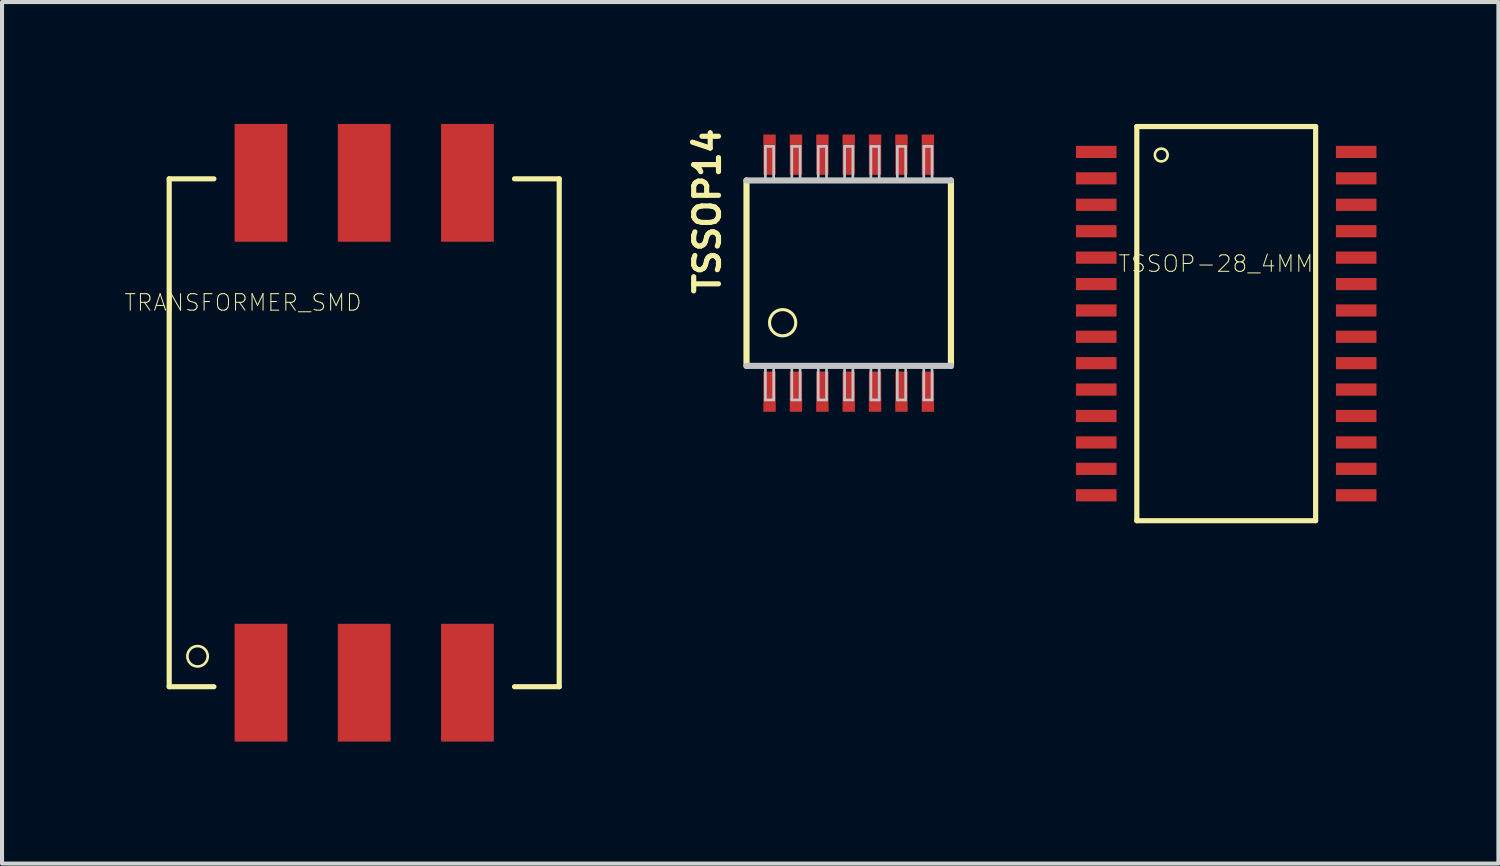
<source format=kicad_pcb>
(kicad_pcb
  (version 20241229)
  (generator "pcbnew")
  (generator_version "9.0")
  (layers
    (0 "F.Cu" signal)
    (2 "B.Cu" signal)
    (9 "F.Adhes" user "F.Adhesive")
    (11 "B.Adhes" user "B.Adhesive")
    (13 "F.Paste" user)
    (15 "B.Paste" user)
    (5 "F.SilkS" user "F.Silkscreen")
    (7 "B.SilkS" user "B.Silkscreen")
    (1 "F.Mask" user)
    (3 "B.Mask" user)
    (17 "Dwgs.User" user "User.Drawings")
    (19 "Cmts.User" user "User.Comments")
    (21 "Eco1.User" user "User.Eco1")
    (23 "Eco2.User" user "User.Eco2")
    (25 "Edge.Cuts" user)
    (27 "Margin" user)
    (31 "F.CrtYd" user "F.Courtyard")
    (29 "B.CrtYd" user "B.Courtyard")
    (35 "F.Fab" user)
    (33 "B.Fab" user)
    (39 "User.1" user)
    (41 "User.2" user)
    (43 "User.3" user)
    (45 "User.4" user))
  (footprint "TSSOP14"
    (layer "F.Cu")
    (at 17.832 3.671)
    (property "Reference" "TSSOP14" (at -3.48 -1.524 90) (layer "F.SilkS") (effects (font (size 0.61 0.61) (thickness 0.127))))
    (attr smd)
    (fp_line (start -2.515 2.281) (end -2.515 -2.281) (stroke (width 0.152) (type solid)) (layer "F.SilkS"))
    (fp_line (start 2.515 -2.281) (end 2.515 2.281) (stroke (width 0.152) (type solid)) (layer "F.SilkS"))
    (fp_circle (center -1.626 1.219) (end -1.854 1.448) (stroke (width 0.076) (type solid)) (fill no) (layer "F.SilkS"))
    (fp_line (start -2.515 2.281) (end 2.515 2.281) (stroke (width 0.152) (type solid)) (layer "Dwgs.User"))
    (fp_line (start -2.05 -3.119) (end -1.847 -3.119) (stroke (width 0.066) (type solid)) (layer "Dwgs.User"))
    (fp_line (start -2.05 -2.281) (end -2.05 -3.119) (stroke (width 0.066) (type solid)) (layer "Dwgs.User"))
    (fp_line (start -2.05 -2.281) (end -1.847 -2.281) (stroke (width 0.066) (type solid)) (layer "Dwgs.User"))
    (fp_line (start -2.05 2.281) (end -1.847 2.281) (stroke (width 0.066) (type solid)) (layer "Dwgs.User"))
    (fp_line (start -2.05 3.119) (end -2.05 2.281) (stroke (width 0.066) (type solid)) (layer "Dwgs.User"))
    (fp_line (start -2.05 3.119) (end -1.847 3.119) (stroke (width 0.066) (type solid)) (layer "Dwgs.User"))
    (fp_line (start -1.847 -2.281) (end -1.847 -3.119) (stroke (width 0.066) (type solid)) (layer "Dwgs.User"))
    (fp_line (start -1.847 3.119) (end -1.847 2.281) (stroke (width 0.066) (type solid)) (layer "Dwgs.User"))
    (fp_line (start -1.4 -3.119) (end -1.196 -3.119) (stroke (width 0.066) (type solid)) (layer "Dwgs.User"))
    (fp_line (start -1.4 -2.281) (end -1.4 -3.119) (stroke (width 0.066) (type solid)) (layer "Dwgs.User"))
    (fp_line (start -1.4 -2.281) (end -1.196 -2.281) (stroke (width 0.066) (type solid)) (layer "Dwgs.User"))
    (fp_line (start -1.4 2.281) (end -1.196 2.281) (stroke (width 0.066) (type solid)) (layer "Dwgs.User"))
    (fp_line (start -1.4 3.119) (end -1.4 2.281) (stroke (width 0.066) (type solid)) (layer "Dwgs.User"))
    (fp_line (start -1.4 3.119) (end -1.196 3.119) (stroke (width 0.066) (type solid)) (layer "Dwgs.User"))
    (fp_line (start -1.196 -2.281) (end -1.196 -3.119) (stroke (width 0.066) (type solid)) (layer "Dwgs.User"))
    (fp_line (start -1.196 3.119) (end -1.196 2.281) (stroke (width 0.066) (type solid)) (layer "Dwgs.User"))
    (fp_line (start -0.749 -3.119) (end -0.546 -3.119) (stroke (width 0.066) (type solid)) (layer "Dwgs.User"))
    (fp_line (start -0.749 -2.281) (end -0.749 -3.119) (stroke (width 0.066) (type solid)) (layer "Dwgs.User"))
    (fp_line (start -0.749 -2.281) (end -0.546 -2.281) (stroke (width 0.066) (type solid)) (layer "Dwgs.User"))
    (fp_line (start -0.749 2.281) (end -0.546 2.281) (stroke (width 0.066) (type solid)) (layer "Dwgs.User"))
    (fp_line (start -0.749 3.119) (end -0.749 2.281) (stroke (width 0.066) (type solid)) (layer "Dwgs.User"))
    (fp_line (start -0.749 3.119) (end -0.546 3.119) (stroke (width 0.066) (type solid)) (layer "Dwgs.User"))
    (fp_line (start -0.546 -2.281) (end -0.546 -3.119) (stroke (width 0.066) (type solid)) (layer "Dwgs.User"))
    (fp_line (start -0.546 3.119) (end -0.546 2.281) (stroke (width 0.066) (type solid)) (layer "Dwgs.User"))
    (fp_line (start -0.102 -3.119) (end 0.102 -3.119) (stroke (width 0.066) (type solid)) (layer "Dwgs.User"))
    (fp_line (start -0.102 -2.281) (end -0.102 -3.119) (stroke (width 0.066) (type solid)) (layer "Dwgs.User"))
    (fp_line (start -0.102 -2.281) (end 0.102 -2.281) (stroke (width 0.066) (type solid)) (layer "Dwgs.User"))
    (fp_line (start -0.102 2.281) (end 0.102 2.281) (stroke (width 0.066) (type solid)) (layer "Dwgs.User"))
    (fp_line (start -0.102 3.119) (end -0.102 2.281) (stroke (width 0.066) (type solid)) (layer "Dwgs.User"))
    (fp_line (start -0.102 3.119) (end 0.102 3.119) (stroke (width 0.066) (type solid)) (layer "Dwgs.User"))
    (fp_line (start 0.102 -2.281) (end 0.102 -3.119) (stroke (width 0.066) (type solid)) (layer "Dwgs.User"))
    (fp_line (start 0.102 3.119) (end 0.102 2.281) (stroke (width 0.066) (type solid)) (layer "Dwgs.User"))
    (fp_line (start 0.546 -3.119) (end 0.749 -3.119) (stroke (width 0.066) (type solid)) (layer "Dwgs.User"))
    (fp_line (start 0.546 -2.281) (end 0.546 -3.119) (stroke (width 0.066) (type solid)) (layer "Dwgs.User"))
    (fp_line (start 0.546 -2.281) (end 0.749 -2.281) (stroke (width 0.066) (type solid)) (layer "Dwgs.User"))
    (fp_line (start 0.546 2.281) (end 0.749 2.281) (stroke (width 0.066) (type solid)) (layer "Dwgs.User"))
    (fp_line (start 0.546 3.119) (end 0.546 2.281) (stroke (width 0.066) (type solid)) (layer "Dwgs.User"))
    (fp_line (start 0.546 3.119) (end 0.749 3.119) (stroke (width 0.066) (type solid)) (layer "Dwgs.User"))
    (fp_line (start 0.749 -2.281) (end 0.749 -3.119) (stroke (width 0.066) (type solid)) (layer "Dwgs.User"))
    (fp_line (start 0.749 3.119) (end 0.749 2.281) (stroke (width 0.066) (type solid)) (layer "Dwgs.User"))
    (fp_line (start 1.196 -3.119) (end 1.4 -3.119) (stroke (width 0.066) (type solid)) (layer "Dwgs.User"))
    (fp_line (start 1.196 -2.281) (end 1.196 -3.119) (stroke (width 0.066) (type solid)) (layer "Dwgs.User"))
    (fp_line (start 1.196 -2.281) (end 1.4 -2.281) (stroke (width 0.066) (type solid)) (layer "Dwgs.User"))
    (fp_line (start 1.196 2.281) (end 1.4 2.281) (stroke (width 0.066) (type solid)) (layer "Dwgs.User"))
    (fp_line (start 1.196 3.119) (end 1.196 2.281) (stroke (width 0.066) (type solid)) (layer "Dwgs.User"))
    (fp_line (start 1.196 3.119) (end 1.4 3.119) (stroke (width 0.066) (type solid)) (layer "Dwgs.User"))
    (fp_line (start 1.4 -2.281) (end 1.4 -3.119) (stroke (width 0.066) (type solid)) (layer "Dwgs.User"))
    (fp_line (start 1.4 3.119) (end 1.4 2.281) (stroke (width 0.066) (type solid)) (layer "Dwgs.User"))
    (fp_line (start 1.847 -3.119) (end 2.05 -3.119) (stroke (width 0.066) (type solid)) (layer "Dwgs.User"))
    (fp_line (start 1.847 -2.281) (end 1.847 -3.119) (stroke (width 0.066) (type solid)) (layer "Dwgs.User"))
    (fp_line (start 1.847 -2.281) (end 2.05 -2.281) (stroke (width 0.066) (type solid)) (layer "Dwgs.User"))
    (fp_line (start 1.847 2.281) (end 2.05 2.281) (stroke (width 0.066) (type solid)) (layer "Dwgs.User"))
    (fp_line (start 1.847 3.119) (end 1.847 2.281) (stroke (width 0.066) (type solid)) (layer "Dwgs.User"))
    (fp_line (start 1.847 3.119) (end 2.05 3.119) (stroke (width 0.066) (type solid)) (layer "Dwgs.User"))
    (fp_line (start 2.05 -2.281) (end 2.05 -3.119) (stroke (width 0.066) (type solid)) (layer "Dwgs.User"))
    (fp_line (start 2.05 3.119) (end 2.05 2.281) (stroke (width 0.066) (type solid)) (layer "Dwgs.User"))
    (fp_line (start 2.515 -2.281) (end -2.515 -2.281) (stroke (width 0.152) (type solid)) (layer "Dwgs.User"))
    (pad "1" smd rect (at -1.948 2.916) (size 0.305 0.991) (layers "F.Cu" "F.Mask" "F.Paste"))
    (pad "2" smd rect (at -1.298 2.916) (size 0.305 0.991) (layers "F.Cu" "F.Mask" "F.Paste"))
    (pad "3" smd rect (at -0.648 2.916) (size 0.305 0.991) (layers "F.Cu" "F.Mask" "F.Paste"))
    (pad "4" smd rect (at 0 2.916) (size 0.305 0.991) (layers "F.Cu" "F.Mask" "F.Paste"))
    (pad "5" smd rect (at 0.648 2.916) (size 0.305 0.991) (layers "F.Cu" "F.Mask" "F.Paste"))
    (pad "6" smd rect (at 1.298 2.916) (size 0.305 0.991) (layers "F.Cu" "F.Mask" "F.Paste"))
    (pad "7" smd rect (at 1.948 2.916) (size 0.305 0.991) (layers "F.Cu" "F.Mask" "F.Paste"))
    (pad "8" smd rect (at 1.948 -2.916) (size 0.305 0.991) (layers "F.Cu" "F.Mask" "F.Paste"))
    (pad "9" smd rect (at 1.298 -2.916) (size 0.305 0.991) (layers "F.Cu" "F.Mask" "F.Paste"))
    (pad "10" smd rect (at 0.648 -2.916) (size 0.305 0.991) (layers "F.Cu" "F.Mask" "F.Paste"))
    (pad "11" smd rect (at 0 -2.916) (size 0.305 0.991) (layers "F.Cu" "F.Mask" "F.Paste"))
    (pad "12" smd rect (at -0.648 -2.916) (size 0.305 0.991) (layers "F.Cu" "F.Mask" "F.Paste"))
    (pad "13" smd rect (at -1.298 -2.916) (size 0.305 0.991) (layers "F.Cu" "F.Mask" "F.Paste"))
    (pad "14" smd rect (at -1.948 -2.916) (size 0.305 0.991) (layers "F.Cu" "F.Mask" "F.Paste")))
  (footprint "TSSOP-28_4MM"
    (layer "F.Cu")
    (at 27.12 4.912)
    (property "Reference" "TSSOP-28_4MM" (at -0.254 -1.473 0) (layer "F.SilkS") (effects (font (size 0.406 0.406) (thickness 0.025))))
    (attr smd)
    (fp_line (start -2.2 -4.849) (end -2.2 4.849) (stroke (width 0.127) (type solid)) (layer "F.SilkS"))
    (fp_line (start -2.2 -4.849) (end 2.2 -4.849) (stroke (width 0.127) (type solid)) (layer "F.SilkS"))
    (fp_line (start -2.2 4.849) (end 2.2 4.849) (stroke (width 0.127) (type solid)) (layer "F.SilkS"))
    (fp_line (start 2.2 -4.849) (end 2.2 4.849) (stroke (width 0.127) (type solid)) (layer "F.SilkS"))
    (fp_circle (center -1.598 -4.148) (end -1.709 -4.26) (stroke (width 0.064) (type solid)) (fill no) (layer "F.SilkS"))
    (pad "1" smd rect (at -3.198 -4.224) (size 0.998 0.3) (layers "F.Cu" "F.Mask" "F.Paste"))
    (pad "2" smd rect (at -3.198 -3.574) (size 0.998 0.3) (layers "F.Cu" "F.Mask" "F.Paste"))
    (pad "3" smd rect (at -3.198 -2.924) (size 0.998 0.3) (layers "F.Cu" "F.Mask" "F.Paste"))
    (pad "4" smd rect (at -3.198 -2.273) (size 0.998 0.3) (layers "F.Cu" "F.Mask" "F.Paste"))
    (pad "5" smd rect (at -3.198 -1.623) (size 0.998 0.3) (layers "F.Cu" "F.Mask" "F.Paste"))
    (pad "6" smd rect (at -3.198 -0.973) (size 0.998 0.3) (layers "F.Cu" "F.Mask" "F.Paste"))
    (pad "7" smd rect (at -3.198 -0.323) (size 0.998 0.3) (layers "F.Cu" "F.Mask" "F.Paste"))
    (pad "8" smd rect (at -3.198 0.323) (size 0.998 0.3) (layers "F.Cu" "F.Mask" "F.Paste"))
    (pad "9" smd rect (at -3.198 0.973) (size 0.998 0.3) (layers "F.Cu" "F.Mask" "F.Paste"))
    (pad "10" smd rect (at -3.198 1.623) (size 0.998 0.3) (layers "F.Cu" "F.Mask" "F.Paste"))
    (pad "11" smd rect (at -3.198 2.273) (size 0.998 0.3) (layers "F.Cu" "F.Mask" "F.Paste"))
    (pad "12" smd rect (at -3.198 2.924) (size 0.998 0.3) (layers "F.Cu" "F.Mask" "F.Paste"))
    (pad "13" smd rect (at -3.198 3.574) (size 0.998 0.3) (layers "F.Cu" "F.Mask" "F.Paste"))
    (pad "14" smd rect (at -3.198 4.224) (size 0.998 0.3) (layers "F.Cu" "F.Mask" "F.Paste"))
    (pad "15" smd rect (at 3.198 4.224) (size 0.998 0.3) (layers "F.Cu" "F.Mask" "F.Paste"))
    (pad "16" smd rect (at 3.198 3.574) (size 0.998 0.3) (layers "F.Cu" "F.Mask" "F.Paste"))
    (pad "17" smd rect (at 3.198 2.924) (size 0.998 0.3) (layers "F.Cu" "F.Mask" "F.Paste"))
    (pad "18" smd rect (at 3.198 2.273) (size 0.998 0.3) (layers "F.Cu" "F.Mask" "F.Paste"))
    (pad "19" smd rect (at 3.198 1.623) (size 0.998 0.3) (layers "F.Cu" "F.Mask" "F.Paste"))
    (pad "20" smd rect (at 3.198 0.973) (size 0.998 0.3) (layers "F.Cu" "F.Mask" "F.Paste"))
    (pad "21" smd rect (at 3.198 0.323) (size 0.998 0.3) (layers "F.Cu" "F.Mask" "F.Paste"))
    (pad "22" smd rect (at 3.198 -0.323) (size 0.998 0.3) (layers "F.Cu" "F.Mask" "F.Paste"))
    (pad "23" smd rect (at 3.198 -0.973) (size 0.998 0.3) (layers "F.Cu" "F.Mask" "F.Paste"))
    (pad "24" smd rect (at 3.198 -1.623) (size 0.998 0.3) (layers "F.Cu" "F.Mask" "F.Paste"))
    (pad "25" smd rect (at 3.198 -2.273) (size 0.998 0.3) (layers "F.Cu" "F.Mask" "F.Paste"))
    (pad "26" smd rect (at 3.198 -2.924) (size 0.998 0.3) (layers "F.Cu" "F.Mask" "F.Paste"))
    (pad "27" smd rect (at 3.198 -3.574) (size 0.998 0.3) (layers "F.Cu" "F.Mask" "F.Paste"))
    (pad "28" smd rect (at 3.198 -4.224) (size 0.998 0.3) (layers "F.Cu" "F.Mask" "F.Paste")))
  (footprint "TRANSFORMER_SMD"
    (layer "F.Cu")
    (at 5.911 7.598)
    (property "Reference" "TRANSFORMER_SMD" (at -2.982 -3.203 0) (layer "F.SilkS") (effects (font (size 0.406 0.406) (thickness 0.025))))
    (attr smd)
    (fp_line (start -4.798 -6.248) (end -4.798 6.248) (stroke (width 0.127) (type solid)) (layer "F.SilkS"))
    (fp_line (start -4.798 -6.248) (end -3.698 -6.248) (stroke (width 0.127) (type solid)) (layer "F.SilkS"))
    (fp_line (start -4.798 6.248) (end -3.698 6.248) (stroke (width 0.127) (type solid)) (layer "F.SilkS"))
    (fp_line (start 3.698 -6.248) (end 4.798 -6.248) (stroke (width 0.127) (type solid)) (layer "F.SilkS"))
    (fp_line (start 3.698 6.248) (end 4.798 6.248) (stroke (width 0.127) (type solid)) (layer "F.SilkS"))
    (fp_line (start 4.798 6.248) (end 4.798 -6.248) (stroke (width 0.127) (type solid)) (layer "F.SilkS"))
    (fp_circle (center -4.1 5.499) (end -4.277 5.677) (stroke (width 0.064) (type solid)) (fill no) (layer "F.SilkS"))
    (pad "1" smd rect (at -2.54 6.149 90) (size 2.898 1.298) (layers "F.Cu" "F.Mask" "F.Paste"))
    (pad "2" smd rect (at 0 6.149 90) (size 2.898 1.298) (layers "F.Cu" "F.Mask" "F.Paste"))
    (pad "3" smd rect (at 2.54 6.149 90) (size 2.898 1.298) (layers "F.Cu" "F.Mask" "F.Paste"))
    (pad "4" smd rect (at 2.54 -6.149 90) (size 2.898 1.298) (layers "F.Cu" "F.Mask" "F.Paste"))
    (pad "5" smd rect (at 0 -6.149 90) (size 2.898 1.298) (layers "F.Cu" "F.Mask" "F.Paste"))
    (pad "6" smd rect (at -2.54 -6.149 90) (size 2.898 1.298) (layers "F.Cu" "F.Mask" "F.Paste")))
  (gr_rect
    (start -3 -3)
    (end 33.817 18.197)
    (stroke (width 0.1) (type default))
    (fill no)
    (layer "Edge.Cuts")))
</source>
